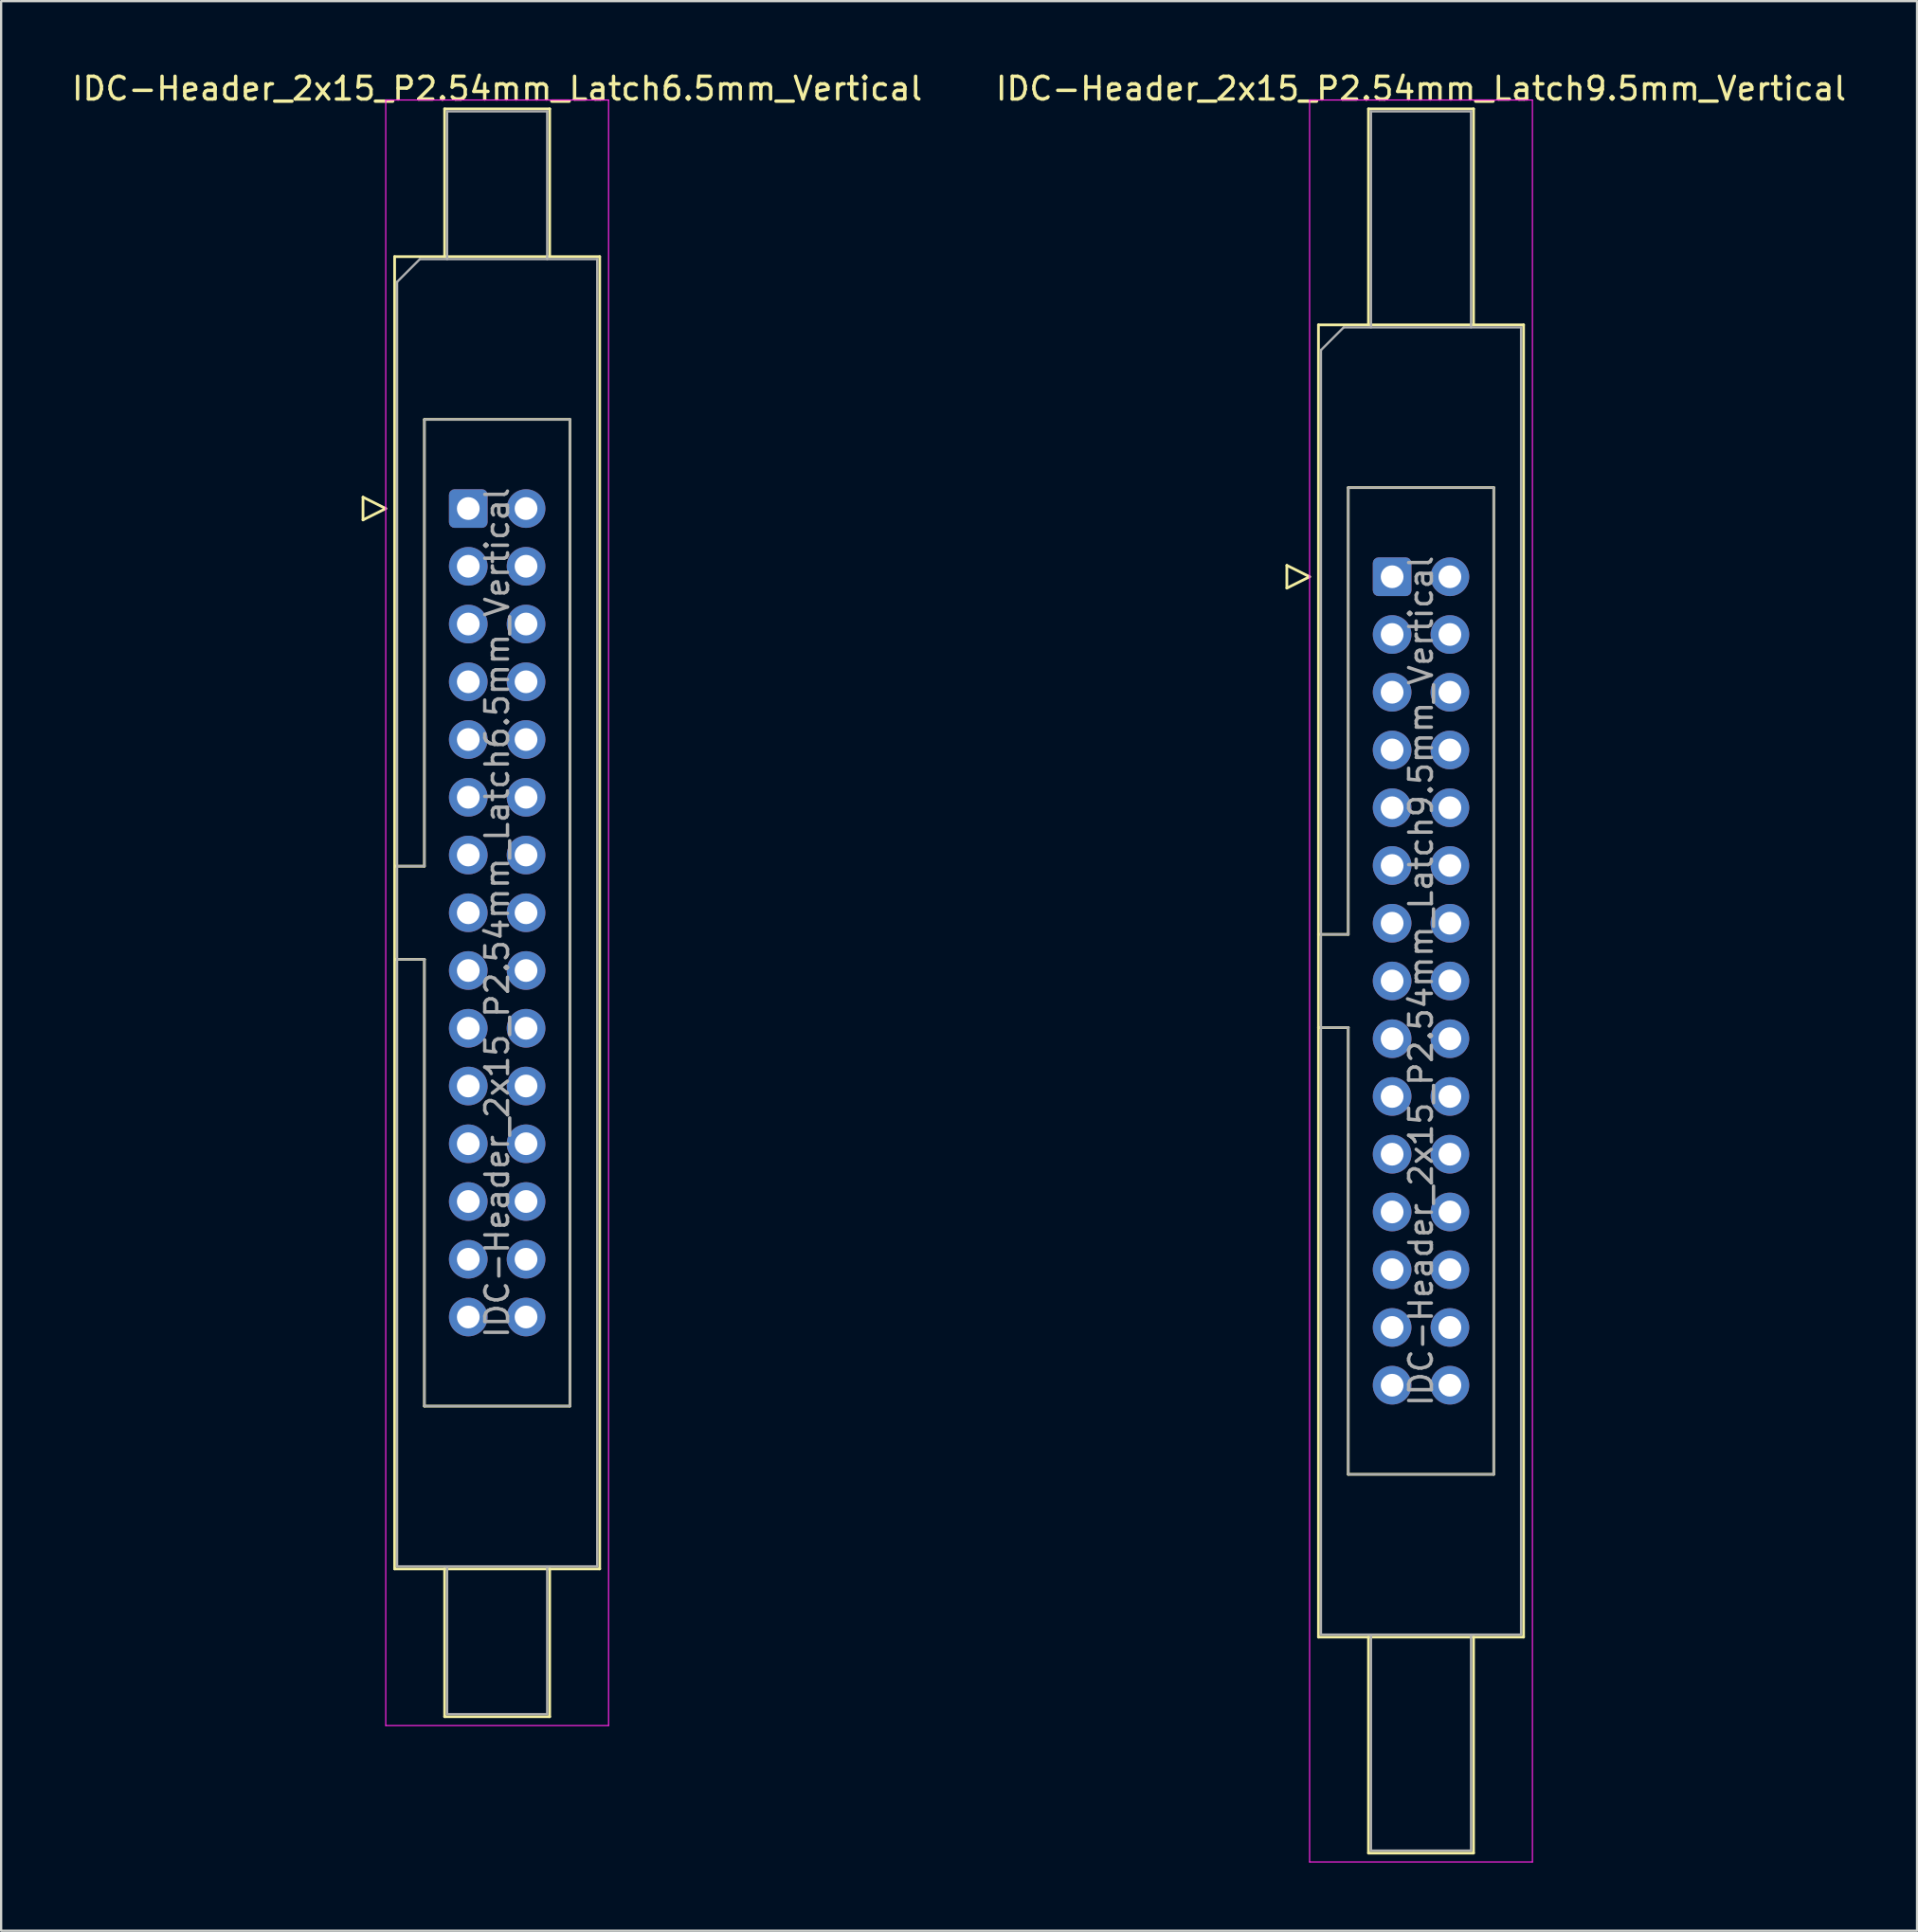
<source format=kicad_pcb>
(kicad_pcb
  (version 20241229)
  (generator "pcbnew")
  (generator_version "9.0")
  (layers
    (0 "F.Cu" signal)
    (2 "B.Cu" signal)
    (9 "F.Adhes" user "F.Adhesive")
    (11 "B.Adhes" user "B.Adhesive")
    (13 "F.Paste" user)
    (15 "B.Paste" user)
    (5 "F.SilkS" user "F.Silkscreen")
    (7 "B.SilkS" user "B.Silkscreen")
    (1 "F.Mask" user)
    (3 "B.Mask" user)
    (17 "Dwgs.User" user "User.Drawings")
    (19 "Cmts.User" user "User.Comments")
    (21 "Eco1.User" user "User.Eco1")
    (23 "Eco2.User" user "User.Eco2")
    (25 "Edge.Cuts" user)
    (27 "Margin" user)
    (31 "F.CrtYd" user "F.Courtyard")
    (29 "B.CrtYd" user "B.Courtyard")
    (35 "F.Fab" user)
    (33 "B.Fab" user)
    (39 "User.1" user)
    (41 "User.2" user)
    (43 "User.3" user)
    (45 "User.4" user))
  (footprint "IDC-Header_2x15_P2.54mm_Latch9.5mm_Vertical"
    (layer "F.Cu")
    (at 58.176 22.318)
    (property "Reference" "IDC-Header_2x15_P2.54mm_Latch9.5mm_Vertical" (at 1.27 -21.47 0) (layer "F.SilkS") (effects (font (size 1 1) (thickness 0.15))))
    (attr through_hole)
    (fp_line (start -4.63 -0.5) (end -4.63 0.5) (stroke (width 0.12) (type solid)) (layer "F.SilkS"))
    (fp_line (start -4.63 0.5) (end -3.63 0) (stroke (width 0.12) (type solid)) (layer "F.SilkS"))
    (fp_line (start -3.63 0) (end -4.63 -0.5) (stroke (width 0.12) (type solid)) (layer "F.SilkS"))
    (fp_line (start -3.24 -11.08) (end 5.78 -11.08) (stroke (width 0.12) (type solid)) (layer "F.SilkS"))
    (fp_line (start -3.24 15.73) (end -1.93 15.73) (stroke (width 0.12) (type solid)) (layer "F.SilkS"))
    (fp_line (start -3.24 46.64) (end -3.24 -11.08) (stroke (width 0.12) (type solid)) (layer "F.SilkS"))
    (fp_line (start -1.93 -3.92) (end 4.47 -3.92) (stroke (width 0.12) (type solid)) (layer "F.SilkS"))
    (fp_line (start -1.93 15.73) (end -1.93 -3.92) (stroke (width 0.12) (type solid)) (layer "F.SilkS"))
    (fp_line (start -1.93 19.83) (end -3.24 19.83) (stroke (width 0.12) (type solid)) (layer "F.SilkS"))
    (fp_line (start -1.93 19.83) (end -1.93 19.83) (stroke (width 0.12) (type solid)) (layer "F.SilkS"))
    (fp_line (start -1.93 39.48) (end -1.93 19.83) (stroke (width 0.12) (type solid)) (layer "F.SilkS"))
    (fp_line (start -1.04 -20.58) (end 3.58 -20.58) (stroke (width 0.12) (type solid)) (layer "F.SilkS"))
    (fp_line (start -1.04 -11.08) (end -1.04 -20.58) (stroke (width 0.12) (type solid)) (layer "F.SilkS"))
    (fp_line (start -1.04 46.64) (end -1.04 56.14) (stroke (width 0.12) (type solid)) (layer "F.SilkS"))
    (fp_line (start -1.04 56.14) (end 3.58 56.14) (stroke (width 0.12) (type solid)) (layer "F.SilkS"))
    (fp_line (start 3.58 -20.58) (end 3.58 -11.08) (stroke (width 0.12) (type solid)) (layer "F.SilkS"))
    (fp_line (start 3.58 56.14) (end 3.58 46.64) (stroke (width 0.12) (type solid)) (layer "F.SilkS"))
    (fp_line (start 4.47 -3.92) (end 4.47 39.48) (stroke (width 0.12) (type solid)) (layer "F.SilkS"))
    (fp_line (start 4.47 39.48) (end -1.93 39.48) (stroke (width 0.12) (type solid)) (layer "F.SilkS"))
    (fp_line (start 5.78 -11.08) (end 5.78 46.64) (stroke (width 0.12) (type solid)) (layer "F.SilkS"))
    (fp_line (start 5.78 46.64) (end -3.24 46.64) (stroke (width 0.12) (type solid)) (layer "F.SilkS"))
    (fp_line (start -3.63 -20.97) (end -3.63 56.53) (stroke (width 0.05) (type solid)) (layer "F.CrtYd"))
    (fp_line (start -3.63 56.53) (end 6.17 56.53) (stroke (width 0.05) (type solid)) (layer "F.CrtYd"))
    (fp_line (start 6.17 -20.97) (end -3.63 -20.97) (stroke (width 0.05) (type solid)) (layer "F.CrtYd"))
    (fp_line (start 6.17 56.53) (end 6.17 -20.97) (stroke (width 0.05) (type solid)) (layer "F.CrtYd"))
    (fp_line (start -3.13 -9.97) (end -2.13 -10.97) (stroke (width 0.1) (type solid)) (layer "F.Fab"))
    (fp_line (start -3.13 15.73) (end -1.93 15.73) (stroke (width 0.1) (type solid)) (layer "F.Fab"))
    (fp_line (start -3.13 46.53) (end -3.13 -9.97) (stroke (width 0.1) (type solid)) (layer "F.Fab"))
    (fp_line (start -2.13 -10.97) (end 5.67 -10.97) (stroke (width 0.1) (type solid)) (layer "F.Fab"))
    (fp_line (start -1.93 -3.92) (end 4.47 -3.92) (stroke (width 0.1) (type solid)) (layer "F.Fab"))
    (fp_line (start -1.93 15.73) (end -1.93 -3.92) (stroke (width 0.1) (type solid)) (layer "F.Fab"))
    (fp_line (start -1.93 19.83) (end -3.13 19.83) (stroke (width 0.1) (type solid)) (layer "F.Fab"))
    (fp_line (start -1.93 19.83) (end -1.93 19.83) (stroke (width 0.1) (type solid)) (layer "F.Fab"))
    (fp_line (start -1.93 39.48) (end -1.93 19.83) (stroke (width 0.1) (type solid)) (layer "F.Fab"))
    (fp_line (start -0.93 -20.47) (end 3.47 -20.47) (stroke (width 0.1) (type solid)) (layer "F.Fab"))
    (fp_line (start -0.93 -10.97) (end -0.93 -20.47) (stroke (width 0.1) (type solid)) (layer "F.Fab"))
    (fp_line (start -0.93 46.53) (end -0.93 56.03) (stroke (width 0.1) (type solid)) (layer "F.Fab"))
    (fp_line (start -0.93 56.03) (end 3.47 56.03) (stroke (width 0.1) (type solid)) (layer "F.Fab"))
    (fp_line (start 3.47 -20.47) (end 3.47 -10.97) (stroke (width 0.1) (type solid)) (layer "F.Fab"))
    (fp_line (start 3.47 56.03) (end 3.47 46.53) (stroke (width 0.1) (type solid)) (layer "F.Fab"))
    (fp_line (start 4.47 -3.92) (end 4.47 39.48) (stroke (width 0.1) (type solid)) (layer "F.Fab"))
    (fp_line (start 4.47 39.48) (end -1.93 39.48) (stroke (width 0.1) (type solid)) (layer "F.Fab"))
    (fp_line (start 5.67 -10.97) (end 5.67 46.53) (stroke (width 0.1) (type solid)) (layer "F.Fab"))
    (fp_line (start 5.67 46.53) (end -3.13 46.53) (stroke (width 0.1) (type solid)) (layer "F.Fab"))
    (fp_text user "${REFERENCE}" (at 1.27 17.78 90) (layer "F.Fab") (effects (font (size 1 1) (thickness 0.15))))
    (pad "1" thru_hole roundrect (at 0 0) (size 1.7 1.7) (drill 1) (layers "*.Cu" "*.Mask") (roundrect_rratio 0.147))
    (pad "2" thru_hole circle (at 2.54 0) (size 1.7 1.7) (drill 1) (layers "*.Cu" "*.Mask"))
    (pad "3" thru_hole circle (at 0 2.54) (size 1.7 1.7) (drill 1) (layers "*.Cu" "*.Mask"))
    (pad "4" thru_hole circle (at 2.54 2.54) (size 1.7 1.7) (drill 1) (layers "*.Cu" "*.Mask"))
    (pad "5" thru_hole circle (at 0 5.08) (size 1.7 1.7) (drill 1) (layers "*.Cu" "*.Mask"))
    (pad "6" thru_hole circle (at 2.54 5.08) (size 1.7 1.7) (drill 1) (layers "*.Cu" "*.Mask"))
    (pad "7" thru_hole circle (at 0 7.62) (size 1.7 1.7) (drill 1) (layers "*.Cu" "*.Mask"))
    (pad "8" thru_hole circle (at 2.54 7.62) (size 1.7 1.7) (drill 1) (layers "*.Cu" "*.Mask"))
    (pad "9" thru_hole circle (at 0 10.16) (size 1.7 1.7) (drill 1) (layers "*.Cu" "*.Mask"))
    (pad "10" thru_hole circle (at 2.54 10.16) (size 1.7 1.7) (drill 1) (layers "*.Cu" "*.Mask"))
    (pad "11" thru_hole circle (at 0 12.7) (size 1.7 1.7) (drill 1) (layers "*.Cu" "*.Mask"))
    (pad "12" thru_hole circle (at 2.54 12.7) (size 1.7 1.7) (drill 1) (layers "*.Cu" "*.Mask"))
    (pad "13" thru_hole circle (at 0 15.24) (size 1.7 1.7) (drill 1) (layers "*.Cu" "*.Mask"))
    (pad "14" thru_hole circle (at 2.54 15.24) (size 1.7 1.7) (drill 1) (layers "*.Cu" "*.Mask"))
    (pad "15" thru_hole circle (at 0 17.78) (size 1.7 1.7) (drill 1) (layers "*.Cu" "*.Mask"))
    (pad "16" thru_hole circle (at 2.54 17.78) (size 1.7 1.7) (drill 1) (layers "*.Cu" "*.Mask"))
    (pad "17" thru_hole circle (at 0 20.32) (size 1.7 1.7) (drill 1) (layers "*.Cu" "*.Mask"))
    (pad "18" thru_hole circle (at 2.54 20.32) (size 1.7 1.7) (drill 1) (layers "*.Cu" "*.Mask"))
    (pad "19" thru_hole circle (at 0 22.86) (size 1.7 1.7) (drill 1) (layers "*.Cu" "*.Mask"))
    (pad "20" thru_hole circle (at 2.54 22.86) (size 1.7 1.7) (drill 1) (layers "*.Cu" "*.Mask"))
    (pad "21" thru_hole circle (at 0 25.4) (size 1.7 1.7) (drill 1) (layers "*.Cu" "*.Mask"))
    (pad "22" thru_hole circle (at 2.54 25.4) (size 1.7 1.7) (drill 1) (layers "*.Cu" "*.Mask"))
    (pad "23" thru_hole circle (at 0 27.94) (size 1.7 1.7) (drill 1) (layers "*.Cu" "*.Mask"))
    (pad "24" thru_hole circle (at 2.54 27.94) (size 1.7 1.7) (drill 1) (layers "*.Cu" "*.Mask"))
    (pad "25" thru_hole circle (at 0 30.48) (size 1.7 1.7) (drill 1) (layers "*.Cu" "*.Mask"))
    (pad "26" thru_hole circle (at 2.54 30.48) (size 1.7 1.7) (drill 1) (layers "*.Cu" "*.Mask"))
    (pad "27" thru_hole circle (at 0 33.02) (size 1.7 1.7) (drill 1) (layers "*.Cu" "*.Mask"))
    (pad "28" thru_hole circle (at 2.54 33.02) (size 1.7 1.7) (drill 1) (layers "*.Cu" "*.Mask"))
    (pad "29" thru_hole circle (at 0 35.56) (size 1.7 1.7) (drill 1) (layers "*.Cu" "*.Mask"))
    (pad "30" thru_hole circle (at 2.54 35.56) (size 1.7 1.7) (drill 1) (layers "*.Cu" "*.Mask")))
  (footprint "IDC-Header_2x15_P2.54mm_Latch6.5mm_Vertical"
    (layer "F.Cu")
    (at 17.545 19.318)
    (property "Reference" "IDC-Header_2x15_P2.54mm_Latch6.5mm_Vertical" (at 1.27 -18.47 0) (layer "F.SilkS") (effects (font (size 1 1) (thickness 0.15))))
    (attr through_hole)
    (fp_line (start -4.63 -0.5) (end -4.63 0.5) (stroke (width 0.12) (type solid)) (layer "F.SilkS"))
    (fp_line (start -4.63 0.5) (end -3.63 0) (stroke (width 0.12) (type solid)) (layer "F.SilkS"))
    (fp_line (start -3.63 0) (end -4.63 -0.5) (stroke (width 0.12) (type solid)) (layer "F.SilkS"))
    (fp_line (start -3.24 -11.08) (end 5.78 -11.08) (stroke (width 0.12) (type solid)) (layer "F.SilkS"))
    (fp_line (start -3.24 15.73) (end -1.93 15.73) (stroke (width 0.12) (type solid)) (layer "F.SilkS"))
    (fp_line (start -3.24 46.64) (end -3.24 -11.08) (stroke (width 0.12) (type solid)) (layer "F.SilkS"))
    (fp_line (start -1.93 -3.92) (end 4.47 -3.92) (stroke (width 0.12) (type solid)) (layer "F.SilkS"))
    (fp_line (start -1.93 15.73) (end -1.93 -3.92) (stroke (width 0.12) (type solid)) (layer "F.SilkS"))
    (fp_line (start -1.93 19.83) (end -3.24 19.83) (stroke (width 0.12) (type solid)) (layer "F.SilkS"))
    (fp_line (start -1.93 19.83) (end -1.93 19.83) (stroke (width 0.12) (type solid)) (layer "F.SilkS"))
    (fp_line (start -1.93 39.48) (end -1.93 19.83) (stroke (width 0.12) (type solid)) (layer "F.SilkS"))
    (fp_line (start -1.04 -17.58) (end 3.58 -17.58) (stroke (width 0.12) (type solid)) (layer "F.SilkS"))
    (fp_line (start -1.04 -11.08) (end -1.04 -17.58) (stroke (width 0.12) (type solid)) (layer "F.SilkS"))
    (fp_line (start -1.04 46.64) (end -1.04 53.14) (stroke (width 0.12) (type solid)) (layer "F.SilkS"))
    (fp_line (start -1.04 53.14) (end 3.58 53.14) (stroke (width 0.12) (type solid)) (layer "F.SilkS"))
    (fp_line (start 3.58 -17.58) (end 3.58 -11.08) (stroke (width 0.12) (type solid)) (layer "F.SilkS"))
    (fp_line (start 3.58 53.14) (end 3.58 46.64) (stroke (width 0.12) (type solid)) (layer "F.SilkS"))
    (fp_line (start 4.47 -3.92) (end 4.47 39.48) (stroke (width 0.12) (type solid)) (layer "F.SilkS"))
    (fp_line (start 4.47 39.48) (end -1.93 39.48) (stroke (width 0.12) (type solid)) (layer "F.SilkS"))
    (fp_line (start 5.78 -11.08) (end 5.78 46.64) (stroke (width 0.12) (type solid)) (layer "F.SilkS"))
    (fp_line (start 5.78 46.64) (end -3.24 46.64) (stroke (width 0.12) (type solid)) (layer "F.SilkS"))
    (fp_line (start -3.63 -17.97) (end -3.63 53.53) (stroke (width 0.05) (type solid)) (layer "F.CrtYd"))
    (fp_line (start -3.63 53.53) (end 6.17 53.53) (stroke (width 0.05) (type solid)) (layer "F.CrtYd"))
    (fp_line (start 6.17 -17.97) (end -3.63 -17.97) (stroke (width 0.05) (type solid)) (layer "F.CrtYd"))
    (fp_line (start 6.17 53.53) (end 6.17 -17.97) (stroke (width 0.05) (type solid)) (layer "F.CrtYd"))
    (fp_line (start -3.13 -9.97) (end -2.13 -10.97) (stroke (width 0.1) (type solid)) (layer "F.Fab"))
    (fp_line (start -3.13 15.73) (end -1.93 15.73) (stroke (width 0.1) (type solid)) (layer "F.Fab"))
    (fp_line (start -3.13 46.53) (end -3.13 -9.97) (stroke (width 0.1) (type solid)) (layer "F.Fab"))
    (fp_line (start -2.13 -10.97) (end 5.67 -10.97) (stroke (width 0.1) (type solid)) (layer "F.Fab"))
    (fp_line (start -1.93 -3.92) (end 4.47 -3.92) (stroke (width 0.1) (type solid)) (layer "F.Fab"))
    (fp_line (start -1.93 15.73) (end -1.93 -3.92) (stroke (width 0.1) (type solid)) (layer "F.Fab"))
    (fp_line (start -1.93 19.83) (end -3.13 19.83) (stroke (width 0.1) (type solid)) (layer "F.Fab"))
    (fp_line (start -1.93 19.83) (end -1.93 19.83) (stroke (width 0.1) (type solid)) (layer "F.Fab"))
    (fp_line (start -1.93 39.48) (end -1.93 19.83) (stroke (width 0.1) (type solid)) (layer "F.Fab"))
    (fp_line (start -0.93 -17.47) (end 3.47 -17.47) (stroke (width 0.1) (type solid)) (layer "F.Fab"))
    (fp_line (start -0.93 -10.97) (end -0.93 -17.47) (stroke (width 0.1) (type solid)) (layer "F.Fab"))
    (fp_line (start -0.93 46.53) (end -0.93 53.03) (stroke (width 0.1) (type solid)) (layer "F.Fab"))
    (fp_line (start -0.93 53.03) (end 3.47 53.03) (stroke (width 0.1) (type solid)) (layer "F.Fab"))
    (fp_line (start 3.47 -17.47) (end 3.47 -10.97) (stroke (width 0.1) (type solid)) (layer "F.Fab"))
    (fp_line (start 3.47 53.03) (end 3.47 46.53) (stroke (width 0.1) (type solid)) (layer "F.Fab"))
    (fp_line (start 4.47 -3.92) (end 4.47 39.48) (stroke (width 0.1) (type solid)) (layer "F.Fab"))
    (fp_line (start 4.47 39.48) (end -1.93 39.48) (stroke (width 0.1) (type solid)) (layer "F.Fab"))
    (fp_line (start 5.67 -10.97) (end 5.67 46.53) (stroke (width 0.1) (type solid)) (layer "F.Fab"))
    (fp_line (start 5.67 46.53) (end -3.13 46.53) (stroke (width 0.1) (type solid)) (layer "F.Fab"))
    (fp_text user "${REFERENCE}" (at 1.27 17.78 90) (layer "F.Fab") (effects (font (size 1 1) (thickness 0.15))))
    (pad "1" thru_hole roundrect (at 0 0) (size 1.7 1.7) (drill 1) (layers "*.Cu" "*.Mask") (roundrect_rratio 0.147))
    (pad "2" thru_hole circle (at 2.54 0) (size 1.7 1.7) (drill 1) (layers "*.Cu" "*.Mask"))
    (pad "3" thru_hole circle (at 0 2.54) (size 1.7 1.7) (drill 1) (layers "*.Cu" "*.Mask"))
    (pad "4" thru_hole circle (at 2.54 2.54) (size 1.7 1.7) (drill 1) (layers "*.Cu" "*.Mask"))
    (pad "5" thru_hole circle (at 0 5.08) (size 1.7 1.7) (drill 1) (layers "*.Cu" "*.Mask"))
    (pad "6" thru_hole circle (at 2.54 5.08) (size 1.7 1.7) (drill 1) (layers "*.Cu" "*.Mask"))
    (pad "7" thru_hole circle (at 0 7.62) (size 1.7 1.7) (drill 1) (layers "*.Cu" "*.Mask"))
    (pad "8" thru_hole circle (at 2.54 7.62) (size 1.7 1.7) (drill 1) (layers "*.Cu" "*.Mask"))
    (pad "9" thru_hole circle (at 0 10.16) (size 1.7 1.7) (drill 1) (layers "*.Cu" "*.Mask"))
    (pad "10" thru_hole circle (at 2.54 10.16) (size 1.7 1.7) (drill 1) (layers "*.Cu" "*.Mask"))
    (pad "11" thru_hole circle (at 0 12.7) (size 1.7 1.7) (drill 1) (layers "*.Cu" "*.Mask"))
    (pad "12" thru_hole circle (at 2.54 12.7) (size 1.7 1.7) (drill 1) (layers "*.Cu" "*.Mask"))
    (pad "13" thru_hole circle (at 0 15.24) (size 1.7 1.7) (drill 1) (layers "*.Cu" "*.Mask"))
    (pad "14" thru_hole circle (at 2.54 15.24) (size 1.7 1.7) (drill 1) (layers "*.Cu" "*.Mask"))
    (pad "15" thru_hole circle (at 0 17.78) (size 1.7 1.7) (drill 1) (layers "*.Cu" "*.Mask"))
    (pad "16" thru_hole circle (at 2.54 17.78) (size 1.7 1.7) (drill 1) (layers "*.Cu" "*.Mask"))
    (pad "17" thru_hole circle (at 0 20.32) (size 1.7 1.7) (drill 1) (layers "*.Cu" "*.Mask"))
    (pad "18" thru_hole circle (at 2.54 20.32) (size 1.7 1.7) (drill 1) (layers "*.Cu" "*.Mask"))
    (pad "19" thru_hole circle (at 0 22.86) (size 1.7 1.7) (drill 1) (layers "*.Cu" "*.Mask"))
    (pad "20" thru_hole circle (at 2.54 22.86) (size 1.7 1.7) (drill 1) (layers "*.Cu" "*.Mask"))
    (pad "21" thru_hole circle (at 0 25.4) (size 1.7 1.7) (drill 1) (layers "*.Cu" "*.Mask"))
    (pad "22" thru_hole circle (at 2.54 25.4) (size 1.7 1.7) (drill 1) (layers "*.Cu" "*.Mask"))
    (pad "23" thru_hole circle (at 0 27.94) (size 1.7 1.7) (drill 1) (layers "*.Cu" "*.Mask"))
    (pad "24" thru_hole circle (at 2.54 27.94) (size 1.7 1.7) (drill 1) (layers "*.Cu" "*.Mask"))
    (pad "25" thru_hole circle (at 0 30.48) (size 1.7 1.7) (drill 1) (layers "*.Cu" "*.Mask"))
    (pad "26" thru_hole circle (at 2.54 30.48) (size 1.7 1.7) (drill 1) (layers "*.Cu" "*.Mask"))
    (pad "27" thru_hole circle (at 0 33.02) (size 1.7 1.7) (drill 1) (layers "*.Cu" "*.Mask"))
    (pad "28" thru_hole circle (at 2.54 33.02) (size 1.7 1.7) (drill 1) (layers "*.Cu" "*.Mask"))
    (pad "29" thru_hole circle (at 0 35.56) (size 1.7 1.7) (drill 1) (layers "*.Cu" "*.Mask"))
    (pad "30" thru_hole circle (at 2.54 35.56) (size 1.7 1.7) (drill 1) (layers "*.Cu" "*.Mask")))
  (gr_rect
    (start -3 -3)
    (end 81.262 81.873)
    (stroke (width 0.1) (type default))
    (fill no)
    (layer "Edge.Cuts")))
</source>
